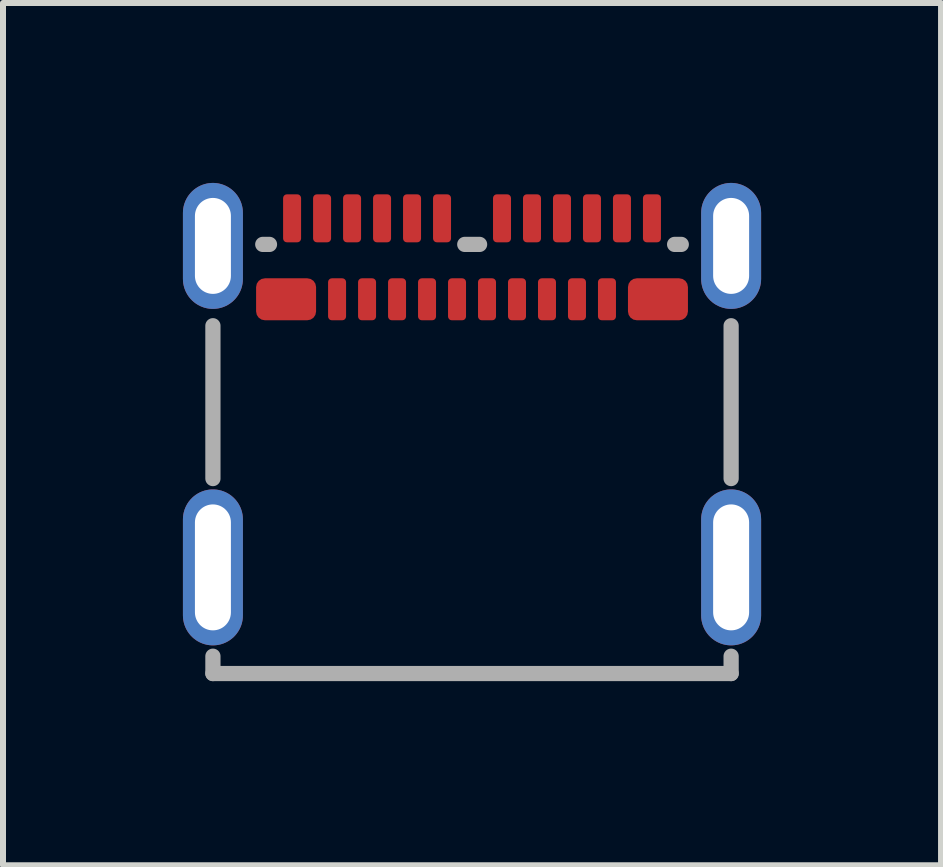
<source format=kicad_pcb>
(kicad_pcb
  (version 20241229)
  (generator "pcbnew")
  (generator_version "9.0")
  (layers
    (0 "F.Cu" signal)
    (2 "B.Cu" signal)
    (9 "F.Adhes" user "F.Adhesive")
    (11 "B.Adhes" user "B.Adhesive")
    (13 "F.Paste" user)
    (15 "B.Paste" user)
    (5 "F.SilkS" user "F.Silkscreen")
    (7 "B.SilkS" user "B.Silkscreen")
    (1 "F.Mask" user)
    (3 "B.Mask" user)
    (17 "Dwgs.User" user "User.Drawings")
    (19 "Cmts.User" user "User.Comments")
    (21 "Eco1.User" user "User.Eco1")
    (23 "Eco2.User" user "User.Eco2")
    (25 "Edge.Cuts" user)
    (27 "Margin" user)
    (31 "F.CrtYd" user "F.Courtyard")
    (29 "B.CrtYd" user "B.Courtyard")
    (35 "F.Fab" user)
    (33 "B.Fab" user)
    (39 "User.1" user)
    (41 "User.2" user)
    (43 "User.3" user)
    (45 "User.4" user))
  (footprint "USBC_Canmi_Molex_USB-C-SMD_TYPE-C-USB-18"
    (layer "F.Cu")
    (at 4.82 3.5)
    (property "Reference" "USBC_Canmi_Molex_USB-C-SMD_TYPE-C-USB-18" (at 0 -4.51 0) (layer "User.9") (effects (font (size 1 1) (thickness 0.15))))
    (fp_poly (pts (xy -4.332 -3.5) (xy -4.357 -3.498) (xy -4.382 -3.496) (xy -4.407 -3.493) (xy -4.431 -3.487) (xy -4.455 -3.482) (xy -4.479 -3.474) (xy -4.503 -3.466) (xy -4.526 -3.455) (xy -4.548 -3.445) (xy -4.57 -3.433) (xy -4.591 -3.42) (xy -4.612 -3.406) (xy -4.632 -3.391) (xy -4.651 -3.375) (xy -4.669 -3.358) (xy -4.686 -3.34) (xy -4.703 -3.321) (xy -4.718 -3.302) (xy -4.733 -3.281) (xy -4.747 -3.26) (xy -4.759 -3.239) (xy -4.771 -3.217) (xy -4.781 -3.194) (xy -4.79 -3.171) (xy -4.798 -3.147) (xy -4.804 -3.123) (xy -4.81 -3.099) (xy -4.814 -3.075) (xy -4.817 -3.05) (xy -4.819 -3.025) (xy -4.82 -3) (xy -4.82 -1.9) (xy -4.819 -1.875) (xy -4.817 -1.85) (xy -4.814 -1.825) (xy -4.81 -1.801) (xy -4.804 -1.776) (xy -4.798 -1.752) (xy -4.79 -1.729) (xy -4.781 -1.706) (xy -4.771 -1.683) (xy -4.759 -1.661) (xy -4.747 -1.639) (xy -4.733 -1.619) (xy -4.718 -1.598) (xy -4.703 -1.579) (xy -4.686 -1.56) (xy -4.669 -1.542) (xy -4.651 -1.525) (xy -4.632 -1.509) (xy -4.612 -1.494) (xy -4.591 -1.48) (xy -4.57 -1.467) (xy -4.548 -1.455) (xy -4.526 -1.444) (xy -4.503 -1.435) (xy -4.479 -1.426) (xy -4.455 -1.419) (xy -4.431 -1.413) (xy -4.407 -1.407) (xy -4.382 -1.404) (xy -4.357 -1.401) (xy -4.332 -1.4) (xy -4.308 -1.4) (xy -4.282 -1.401) (xy -4.258 -1.404) (xy -4.233 -1.407) (xy -4.209 -1.413) (xy -4.184 -1.419) (xy -4.161 -1.426) (xy -4.138 -1.435) (xy -4.114 -1.444) (xy -4.092 -1.455) (xy -4.07 -1.467) (xy -4.049 -1.48) (xy -4.028 -1.494) (xy -4.008 -1.509) (xy -3.989 -1.525) (xy -3.971 -1.542) (xy -3.954 -1.56) (xy -3.937 -1.579) (xy -3.921 -1.598) (xy -3.907 -1.619) (xy -3.893 -1.639) (xy -3.881 -1.661) (xy -3.869 -1.683) (xy -3.86 -1.706) (xy -3.85 -1.729) (xy -3.842 -1.752) (xy -3.836 -1.776) (xy -3.83 -1.801) (xy -3.825 -1.825) (xy -3.822 -1.85) (xy -3.821 -1.875) (xy -3.82 -1.9) (xy -3.82 -3) (xy -3.821 -3.025) (xy -3.822 -3.05) (xy -3.825 -3.075) (xy -3.83 -3.099) (xy -3.836 -3.123) (xy -3.842 -3.147) (xy -3.85 -3.171) (xy -3.86 -3.194) (xy -3.869 -3.217) (xy -3.881 -3.239) (xy -3.893 -3.26) (xy -3.907 -3.281) (xy -3.921 -3.302) (xy -3.937 -3.321) (xy -3.954 -3.34) (xy -3.971 -3.358) (xy -3.989 -3.375) (xy -4.008 -3.391) (xy -4.028 -3.406) (xy -4.049 -3.42) (xy -4.07 -3.433) (xy -4.092 -3.445) (xy -4.114 -3.455) (xy -4.138 -3.466) (xy -4.161 -3.474) (xy -4.184 -3.482) (xy -4.209 -3.487) (xy -4.233 -3.493) (xy -4.258 -3.496) (xy -4.282 -3.498) (xy -4.308 -3.5)) (stroke (width 0) (type default)) (fill yes) (layer "F.Paste"))
    (fp_poly (pts (xy -4.332 1.61) (xy -4.357 1.611) (xy -4.382 1.614) (xy -4.407 1.617) (xy -4.431 1.623) (xy -4.455 1.629) (xy -4.479 1.636) (xy -4.503 1.645) (xy -4.526 1.654) (xy -4.548 1.665) (xy -4.57 1.677) (xy -4.591 1.69) (xy -4.612 1.704) (xy -4.632 1.719) (xy -4.651 1.735) (xy -4.669 1.752) (xy -4.686 1.77) (xy -4.703 1.788) (xy -4.718 1.808) (xy -4.733 1.829) (xy -4.747 1.849) (xy -4.759 1.871) (xy -4.771 1.893) (xy -4.781 1.915) (xy -4.79 1.939) (xy -4.798 1.962) (xy -4.804 1.986) (xy -4.81 2.011) (xy -4.814 2.035) (xy -4.817 2.06) (xy -4.819 2.085) (xy -4.82 2.11) (xy -4.82 3.71) (xy -4.819 3.735) (xy -4.817 3.76) (xy -4.814 3.784) (xy -4.81 3.809) (xy -4.804 3.833) (xy -4.798 3.857) (xy -4.79 3.881) (xy -4.781 3.904) (xy -4.771 3.927) (xy -4.759 3.949) (xy -4.747 3.97) (xy -4.733 3.991) (xy -4.718 4.012) (xy -4.703 4.032) (xy -4.686 4.05) (xy -4.669 4.068) (xy -4.651 4.085) (xy -4.632 4.101) (xy -4.612 4.116) (xy -4.591 4.13) (xy -4.57 4.143) (xy -4.548 4.155) (xy -4.526 4.165) (xy -4.503 4.176) (xy -4.479 4.184) (xy -4.455 4.191) (xy -4.431 4.197) (xy -4.407 4.202) (xy -4.382 4.206) (xy -4.357 4.208) (xy -4.332 4.21) (xy -4.308 4.21) (xy -4.282 4.208) (xy -4.258 4.206) (xy -4.233 4.202) (xy -4.209 4.197) (xy -4.184 4.191) (xy -4.161 4.184) (xy -4.138 4.176) (xy -4.114 4.165) (xy -4.092 4.155) (xy -4.07 4.143) (xy -4.049 4.13) (xy -4.028 4.116) (xy -4.008 4.101) (xy -3.989 4.085) (xy -3.971 4.068) (xy -3.954 4.05) (xy -3.937 4.032) (xy -3.921 4.012) (xy -3.907 3.991) (xy -3.893 3.97) (xy -3.881 3.949) (xy -3.869 3.927) (xy -3.86 3.904) (xy -3.85 3.881) (xy -3.842 3.857) (xy -3.836 3.833) (xy -3.83 3.809) (xy -3.825 3.784) (xy -3.822 3.76) (xy -3.821 3.735) (xy -3.82 3.71) (xy -3.82 2.11) (xy -3.821 2.085) (xy -3.822 2.06) (xy -3.825 2.035) (xy -3.83 2.011) (xy -3.836 1.986) (xy -3.842 1.962) (xy -3.85 1.939) (xy -3.86 1.915) (xy -3.869 1.893) (xy -3.881 1.871) (xy -3.893 1.849) (xy -3.907 1.829) (xy -3.921 1.808) (xy -3.937 1.788) (xy -3.954 1.77) (xy -3.971 1.752) (xy -3.989 1.735) (xy -4.008 1.719) (xy -4.028 1.704) (xy -4.049 1.69) (xy -4.07 1.677) (xy -4.092 1.665) (xy -4.114 1.654) (xy -4.138 1.645) (xy -4.161 1.636) (xy -4.184 1.629) (xy -4.209 1.623) (xy -4.233 1.617) (xy -4.258 1.614) (xy -4.282 1.611) (xy -4.308 1.61)) (stroke (width 0) (type default)) (fill yes) (layer "F.Paste"))
    (fp_poly (pts (xy 4.308 1.61) (xy 4.282 1.611) (xy 4.258 1.614) (xy 4.233 1.617) (xy 4.209 1.623) (xy 4.184 1.629) (xy 4.161 1.636) (xy 4.138 1.645) (xy 4.114 1.654) (xy 4.092 1.665) (xy 4.07 1.677) (xy 4.049 1.69) (xy 4.028 1.704) (xy 4.008 1.719) (xy 3.989 1.735) (xy 3.971 1.752) (xy 3.954 1.77) (xy 3.937 1.788) (xy 3.921 1.808) (xy 3.907 1.829) (xy 3.893 1.849) (xy 3.881 1.871) (xy 3.869 1.893) (xy 3.86 1.915) (xy 3.85 1.939) (xy 3.842 1.962) (xy 3.836 1.986) (xy 3.83 2.011) (xy 3.825 2.035) (xy 3.822 2.06) (xy 3.821 2.085) (xy 3.82 2.11) (xy 3.82 3.71) (xy 3.821 3.735) (xy 3.822 3.76) (xy 3.825 3.784) (xy 3.83 3.809) (xy 3.836 3.833) (xy 3.842 3.857) (xy 3.85 3.881) (xy 3.86 3.904) (xy 3.869 3.927) (xy 3.881 3.949) (xy 3.893 3.97) (xy 3.907 3.991) (xy 3.921 4.012) (xy 3.937 4.032) (xy 3.954 4.05) (xy 3.971 4.068) (xy 3.989 4.085) (xy 4.008 4.101) (xy 4.028 4.116) (xy 4.049 4.13) (xy 4.07 4.143) (xy 4.092 4.155) (xy 4.114 4.165) (xy 4.138 4.176) (xy 4.161 4.184) (xy 4.184 4.191) (xy 4.209 4.197) (xy 4.233 4.202) (xy 4.258 4.206) (xy 4.282 4.208) (xy 4.308 4.21) (xy 4.332 4.21) (xy 4.357 4.208) (xy 4.382 4.206) (xy 4.407 4.202) (xy 4.431 4.197) (xy 4.455 4.191) (xy 4.479 4.184) (xy 4.503 4.176) (xy 4.526 4.165) (xy 4.548 4.155) (xy 4.57 4.143) (xy 4.591 4.13) (xy 4.612 4.116) (xy 4.632 4.101) (xy 4.651 4.085) (xy 4.669 4.068) (xy 4.686 4.05) (xy 4.703 4.032) (xy 4.718 4.012) (xy 4.733 3.991) (xy 4.747 3.97) (xy 4.759 3.949) (xy 4.771 3.927) (xy 4.781 3.904) (xy 4.79 3.881) (xy 4.798 3.857) (xy 4.804 3.833) (xy 4.81 3.809) (xy 4.814 3.784) (xy 4.817 3.76) (xy 4.819 3.735) (xy 4.82 3.71) (xy 4.82 2.11) (xy 4.819 2.085) (xy 4.817 2.06) (xy 4.814 2.035) (xy 4.81 2.011) (xy 4.804 1.986) (xy 4.798 1.962) (xy 4.79 1.939) (xy 4.781 1.915) (xy 4.771 1.893) (xy 4.759 1.871) (xy 4.747 1.849) (xy 4.733 1.829) (xy 4.718 1.808) (xy 4.703 1.788) (xy 4.686 1.77) (xy 4.669 1.752) (xy 4.651 1.735) (xy 4.632 1.719) (xy 4.612 1.704) (xy 4.591 1.69) (xy 4.57 1.677) (xy 4.548 1.665) (xy 4.526 1.654) (xy 4.503 1.645) (xy 4.479 1.636) (xy 4.455 1.629) (xy 4.431 1.623) (xy 4.407 1.617) (xy 4.382 1.614) (xy 4.357 1.611) (xy 4.332 1.61)) (stroke (width 0) (type default)) (fill yes) (layer "F.Paste"))
    (fp_poly (pts (xy 4.357 -3.498) (xy 4.332 -3.5) (xy 4.308 -3.5) (xy 4.282 -3.498) (xy 4.258 -3.496) (xy 4.233 -3.493) (xy 4.209 -3.487) (xy 4.184 -3.482) (xy 4.161 -3.474) (xy 4.138 -3.466) (xy 4.114 -3.455) (xy 4.092 -3.445) (xy 4.07 -3.433) (xy 4.049 -3.42) (xy 4.028 -3.406) (xy 4.008 -3.391) (xy 3.989 -3.375) (xy 3.971 -3.358) (xy 3.954 -3.34) (xy 3.937 -3.321) (xy 3.921 -3.302) (xy 3.907 -3.281) (xy 3.893 -3.26) (xy 3.881 -3.239) (xy 3.869 -3.217) (xy 3.86 -3.194) (xy 3.85 -3.171) (xy 3.842 -3.147) (xy 3.836 -3.123) (xy 3.83 -3.099) (xy 3.825 -3.075) (xy 3.822 -3.05) (xy 3.821 -3.025) (xy 3.82 -3) (xy 3.82 -1.9) (xy 3.821 -1.875) (xy 3.822 -1.85) (xy 3.825 -1.825) (xy 3.83 -1.801) (xy 3.836 -1.776) (xy 3.842 -1.752) (xy 3.85 -1.729) (xy 3.86 -1.706) (xy 3.869 -1.683) (xy 3.881 -1.661) (xy 3.893 -1.639) (xy 3.907 -1.619) (xy 3.921 -1.598) (xy 3.937 -1.579) (xy 3.954 -1.56) (xy 3.971 -1.542) (xy 3.989 -1.525) (xy 4.008 -1.509) (xy 4.028 -1.494) (xy 4.049 -1.48) (xy 4.07 -1.467) (xy 4.092 -1.455) (xy 4.114 -1.444) (xy 4.138 -1.435) (xy 4.161 -1.426) (xy 4.184 -1.419) (xy 4.209 -1.413) (xy 4.233 -1.407) (xy 4.258 -1.404) (xy 4.282 -1.401) (xy 4.308 -1.4) (xy 4.332 -1.4) (xy 4.357 -1.401) (xy 4.382 -1.404) (xy 4.407 -1.407) (xy 4.431 -1.413) (xy 4.455 -1.419) (xy 4.479 -1.426) (xy 4.503 -1.435) (xy 4.526 -1.444) (xy 4.548 -1.455) (xy 4.57 -1.467) (xy 4.591 -1.48) (xy 4.612 -1.494) (xy 4.632 -1.509) (xy 4.651 -1.525) (xy 4.669 -1.542) (xy 4.686 -1.56) (xy 4.703 -1.579) (xy 4.718 -1.598) (xy 4.733 -1.619) (xy 4.747 -1.639) (xy 4.759 -1.661) (xy 4.771 -1.683) (xy 4.781 -1.706) (xy 4.79 -1.729) (xy 4.798 -1.752) (xy 4.804 -1.776) (xy 4.81 -1.801) (xy 4.814 -1.825) (xy 4.817 -1.85) (xy 4.819 -1.875) (xy 4.82 -1.9) (xy 4.82 -3) (xy 4.819 -3.025) (xy 4.817 -3.05) (xy 4.814 -3.075) (xy 4.81 -3.099) (xy 4.804 -3.123) (xy 4.798 -3.147) (xy 4.79 -3.171) (xy 4.781 -3.194) (xy 4.771 -3.217) (xy 4.759 -3.239) (xy 4.747 -3.26) (xy 4.733 -3.281) (xy 4.718 -3.302) (xy 4.703 -3.321) (xy 4.686 -3.34) (xy 4.669 -3.358) (xy 4.651 -3.375) (xy 4.632 -3.391) (xy 4.612 -3.406) (xy 4.591 -3.42) (xy 4.57 -3.433) (xy 4.548 -3.445) (xy 4.526 -3.455) (xy 4.503 -3.466) (xy 4.479 -3.474) (xy 4.455 -3.482) (xy 4.431 -3.487) (xy 4.407 -3.493) (xy 4.382 -3.496)) (stroke (width 0) (type default)) (fill yes) (layer "F.Paste"))
    (fp_line (start -4.32 1.429) (end -4.32 -1.119) (stroke (width 0.254) (type default)) (layer "F.Fab"))
    (fp_line (start -4.32 4.68) (end -4.32 4.391) (stroke (width 0.254) (type default)) (layer "F.Fab"))
    (fp_line (start -3.489 -2.475) (end -3.377 -2.475) (stroke (width 0.254) (type default)) (layer "F.Fab"))
    (fp_line (start -0.121 -2.475) (end 0.126 -2.475) (stroke (width 0.254) (type default)) (layer "F.Fab"))
    (fp_line (start 3.378 -2.475) (end 3.489 -2.475) (stroke (width 0.254) (type default)) (layer "F.Fab"))
    (fp_line (start 4.32 -1.119) (end 4.32 1.429) (stroke (width 0.254) (type default)) (layer "F.Fab"))
    (fp_line (start 4.32 4.391) (end 4.32 4.68) (stroke (width 0.254) (type default)) (layer "F.Fab"))
    (fp_line (start 4.32 4.68) (end -4.32 4.68) (stroke (width 0.254) (type default)) (layer "F.Fab"))
    (fp_poly (pts (xy -4.47 -2.95) (xy -4.17 -2.95) (xy -4.17 -1.95) (xy -4.47 -1.95)) (stroke (width 0.1) (type default)) (fill no) (layer "User.1"))
    (fp_poly (pts (xy -4.47 2.16) (xy -4.17 2.16) (xy -4.17 3.66) (xy -4.47 3.66)) (stroke (width 0.1) (type default)) (fill no) (layer "User.1"))
    (fp_poly (pts (xy -3.5 -1.84) (xy -2.7 -1.84) (xy -2.7 -1.28) (xy -3.5 -1.28)) (stroke (width 0.1) (type default)) (fill no) (layer "User.1"))
    (fp_poly (pts (xy -3.123 -3.025) (xy -2.873 -3.025) (xy -2.873 -2.525) (xy -3.123 -2.525)) (stroke (width 0.1) (type default)) (fill no) (layer "User.1"))
    (fp_poly (pts (xy -2.623 -3.025) (xy -2.373 -3.025) (xy -2.373 -2.525) (xy -2.623 -2.525)) (stroke (width 0.1) (type default)) (fill no) (layer "User.1"))
    (fp_poly (pts (xy -2.375 -1.81) (xy -2.125 -1.81) (xy -2.125 -1.31) (xy -2.375 -1.31)) (stroke (width 0.1) (type default)) (fill no) (layer "User.1"))
    (fp_poly (pts (xy -2.123 -3.025) (xy -1.873 -3.025) (xy -1.873 -2.525) (xy -2.123 -2.525)) (stroke (width 0.1) (type default)) (fill no) (layer "User.1"))
    (fp_poly (pts (xy -1.875 -1.81) (xy -1.625 -1.81) (xy -1.625 -1.31) (xy -1.875 -1.31)) (stroke (width 0.1) (type default)) (fill no) (layer "User.1"))
    (fp_poly (pts (xy -1.621 -3.025) (xy -1.371 -3.025) (xy -1.371 -2.525) (xy -1.621 -2.525)) (stroke (width 0.1) (type default)) (fill no) (layer "User.1"))
    (fp_poly (pts (xy -1.375 -1.81) (xy -1.125 -1.81) (xy -1.125 -1.31) (xy -1.375 -1.31)) (stroke (width 0.1) (type default)) (fill no) (layer "User.1"))
    (fp_poly (pts (xy -1.121 -3.025) (xy -0.871 -3.025) (xy -0.871 -2.525) (xy -1.121 -2.525)) (stroke (width 0.1) (type default)) (fill no) (layer "User.1"))
    (fp_poly (pts (xy -0.875 -1.81) (xy -0.625 -1.81) (xy -0.625 -1.31) (xy -0.875 -1.31)) (stroke (width 0.1) (type default)) (fill no) (layer "User.1"))
    (fp_poly (pts (xy -0.625 -3.025) (xy -0.375 -3.025) (xy -0.375 -2.525) (xy -0.625 -2.525)) (stroke (width 0.1) (type default)) (fill no) (layer "User.1"))
    (fp_poly (pts (xy -0.375 -1.81) (xy -0.125 -1.81) (xy -0.125 -1.31) (xy -0.375 -1.31)) (stroke (width 0.1) (type default)) (fill no) (layer "User.1"))
    (fp_poly (pts (xy 0.125 -1.81) (xy 0.375 -1.81) (xy 0.375 -1.31) (xy 0.125 -1.31)) (stroke (width 0.1) (type default)) (fill no) (layer "User.1"))
    (fp_poly (pts (xy 0.379 -3.025) (xy 0.629 -3.025) (xy 0.629 -2.525) (xy 0.379 -2.525)) (stroke (width 0.1) (type default)) (fill no) (layer "User.1"))
    (fp_poly (pts (xy 0.625 -1.81) (xy 0.875 -1.81) (xy 0.875 -1.31) (xy 0.625 -1.31)) (stroke (width 0.1) (type default)) (fill no) (layer "User.1"))
    (fp_poly (pts (xy 0.875 -3.025) (xy 1.125 -3.025) (xy 1.125 -2.525) (xy 0.875 -2.525)) (stroke (width 0.1) (type default)) (fill no) (layer "User.1"))
    (fp_poly (pts (xy 1.125 -1.81) (xy 1.375 -1.81) (xy 1.375 -1.31) (xy 1.125 -1.31)) (stroke (width 0.1) (type default)) (fill no) (layer "User.1"))
    (fp_poly (pts (xy 1.375 -3.025) (xy 1.625 -3.025) (xy 1.625 -2.525) (xy 1.375 -2.525)) (stroke (width 0.1) (type default)) (fill no) (layer "User.1"))
    (fp_poly (pts (xy 1.625 -1.81) (xy 1.875 -1.81) (xy 1.875 -1.31) (xy 1.625 -1.31)) (stroke (width 0.1) (type default)) (fill no) (layer "User.1"))
    (fp_poly (pts (xy 1.875 -3.025) (xy 2.125 -3.025) (xy 2.125 -2.525) (xy 1.875 -2.525)) (stroke (width 0.1) (type default)) (fill no) (layer "User.1"))
    (fp_poly (pts (xy 2.125 -1.81) (xy 2.375 -1.81) (xy 2.375 -1.31) (xy 2.125 -1.31)) (stroke (width 0.1) (type default)) (fill no) (layer "User.1"))
    (fp_poly (pts (xy 2.375 -3.025) (xy 2.625 -3.025) (xy 2.625 -2.525) (xy 2.375 -2.525)) (stroke (width 0.1) (type default)) (fill no) (layer "User.1"))
    (fp_poly (pts (xy 2.7 -1.84) (xy 3.5 -1.84) (xy 3.5 -1.28) (xy 2.7 -1.28)) (stroke (width 0.1) (type default)) (fill no) (layer "User.1"))
    (fp_poly (pts (xy 2.88 -3.025) (xy 3.13 -3.025) (xy 3.13 -2.525) (xy 2.88 -2.525)) (stroke (width 0.1) (type default)) (fill no) (layer "User.1"))
    (fp_poly (pts (xy 4.17 -2.95) (xy 4.47 -2.95) (xy 4.47 -1.95) (xy 4.17 -1.95)) (stroke (width 0.1) (type default)) (fill no) (layer "User.1"))
    (fp_poly (pts (xy 4.17 2.16) (xy 4.47 2.16) (xy 4.47 3.66) (xy 4.17 3.66)) (stroke (width 0.1) (type default)) (fill no) (layer "User.1"))
    (fp_line (start -4.48 4.85) (end 4.5 4.85) (stroke (width 0.051) (type default)) (layer "User.2"))
    (fp_line (start -4.46 -2.94) (end -4.46 4.83) (stroke (width 0.051) (type default)) (layer "User.2"))
    (fp_line (start -4.46 4.83) (end -4.48 4.85) (stroke (width 0.051) (type default)) (layer "User.2"))
    (fp_line (start -4.45 -2.95) (end -4.46 -2.94) (stroke (width 0.051) (type default)) (layer "User.2"))
    (fp_line (start 4.48 -2.95) (end -4.45 -2.95) (stroke (width 0.051) (type default)) (layer "User.2"))
    (fp_line (start 4.5 -2.93) (end 4.48 -2.95) (stroke (width 0.051) (type default)) (layer "User.2"))
    (fp_line (start 4.5 4.85) (end 4.5 -2.93) (stroke (width 0.051) (type default)) (layer "User.2"))
    (fp_poly (pts (xy -4.42 -3.025) (xy -4.438 -3.067) (xy -4.48 -3.085) (xy -4.522 -3.067) (xy -4.54 -3.025) (xy -4.522 -2.983) (xy -4.48 -2.965) (xy -4.438 -2.983)) (stroke (width 0.1) (type default)) (fill no) (layer "User.3"))
    (pad "A1" smd roundrect (at -3 -2.91) (size 0.3 0.8) (layers "F.Cu" "F.Mask" "F.Paste") (roundrect_rratio 0.21))
    (pad "A2" smd roundrect (at -2.5 -2.91) (size 0.3 0.8) (layers "F.Cu" "F.Mask" "F.Paste") (roundrect_rratio 0.21))
    (pad "A3" smd roundrect (at -2 -2.91) (size 0.3 0.8) (layers "F.Cu" "F.Mask" "F.Paste") (roundrect_rratio 0.21))
    (pad "A4" smd roundrect (at -1.5 -2.91) (size 0.3 0.8) (layers "F.Cu" "F.Mask" "F.Paste") (roundrect_rratio 0.21))
    (pad "A5" smd roundrect (at -1 -2.91) (size 0.3 0.8) (layers "F.Cu" "F.Mask" "F.Paste") (roundrect_rratio 0.21))
    (pad "A6" smd roundrect (at -0.5 -2.91) (size 0.3 0.8) (layers "F.Cu" "F.Mask" "F.Paste") (roundrect_rratio 0.21))
    (pad "A7" smd roundrect (at 0.5 -2.91) (size 0.3 0.8) (layers "F.Cu" "F.Mask" "F.Paste") (roundrect_rratio 0.21))
    (pad "A8" smd roundrect (at 1 -2.91) (size 0.3 0.8) (layers "F.Cu" "F.Mask" "F.Paste") (roundrect_rratio 0.21))
    (pad "A9" smd roundrect (at 1.5 -2.91) (size 0.3 0.8) (layers "F.Cu" "F.Mask" "F.Paste") (roundrect_rratio 0.21))
    (pad "A10" smd roundrect (at 2 -2.91) (size 0.3 0.8) (layers "F.Cu" "F.Mask" "F.Paste") (roundrect_rratio 0.21))
    (pad "A11" smd roundrect (at 2.5 -2.91) (size 0.3 0.8) (layers "F.Cu" "F.Mask" "F.Paste") (roundrect_rratio 0.21))
    (pad "A12" smd roundrect (at 3 -2.91) (size 0.3 0.8) (layers "F.Cu" "F.Mask" "F.Paste") (roundrect_rratio 0.21))
    (pad "B1" smd roundrect (at 3.1 -1.56) (size 1 0.7) (layers "F.Cu" "F.Mask" "F.Paste") (roundrect_rratio 0.21))
    (pad "B2" smd roundrect (at 2.25 -1.56) (size 0.3 0.7) (layers "F.Cu" "F.Mask" "F.Paste") (roundrect_rratio 0.21))
    (pad "B3" smd roundrect (at 1.75 -1.56) (size 0.3 0.7) (layers "F.Cu" "F.Mask" "F.Paste") (roundrect_rratio 0.21))
    (pad "B4" smd roundrect (at 1.25 -1.56) (size 0.3 0.7) (layers "F.Cu" "F.Mask" "F.Paste") (roundrect_rratio 0.21))
    (pad "B5" smd roundrect (at 0.75 -1.56) (size 0.3 0.7) (layers "F.Cu" "F.Mask" "F.Paste") (roundrect_rratio 0.21))
    (pad "B6" smd roundrect (at 0.25 -1.56) (size 0.3 0.7) (layers "F.Cu" "F.Mask" "F.Paste") (roundrect_rratio 0.21))
    (pad "B7" smd roundrect (at -0.25 -1.56) (size 0.3 0.7) (layers "F.Cu" "F.Mask" "F.Paste") (roundrect_rratio 0.21))
    (pad "B8" smd roundrect (at -0.75 -1.56) (size 0.3 0.7) (layers "F.Cu" "F.Mask" "F.Paste") (roundrect_rratio 0.21))
    (pad "B9" smd roundrect (at -1.25 -1.56) (size 0.3 0.7) (layers "F.Cu" "F.Mask" "F.Paste") (roundrect_rratio 0.21))
    (pad "B10" smd roundrect (at -1.75 -1.56) (size 0.3 0.7) (layers "F.Cu" "F.Mask" "F.Paste") (roundrect_rratio 0.21))
    (pad "B11" smd roundrect (at -2.25 -1.56) (size 0.3 0.7) (layers "F.Cu" "F.Mask" "F.Paste") (roundrect_rratio 0.21))
    (pad "B12" smd roundrect (at -3.1 -1.56) (size 1 0.7) (layers "F.Cu" "F.Mask" "F.Paste") (roundrect_rratio 0.21))
    (pad "S1" thru_hole oval (at -4.32 -2.45) (size 1 2.1) (drill oval 0.6 1.6) (layers "*.Cu" "*.Mask"))
    (pad "S1" thru_hole oval (at -4.32 2.91) (size 1 2.6) (drill oval 0.6 2.1) (layers "*.Cu" "*.Mask"))
    (pad "S1" thru_hole oval (at 4.32 -2.45) (size 1 2.1) (drill oval 0.6 1.6) (layers "*.Cu" "*.Mask"))
    (pad "S1" thru_hole oval (at 4.32 2.91) (size 1 2.6) (drill oval 0.6 2.1) (layers "*.Cu" "*.Mask")))
  (gr_rect
    (start -3 -3)
    (end 12.64 11.376)
    (stroke (width 0.1) (type default))
    (fill no)
    (layer "Edge.Cuts")))
</source>
